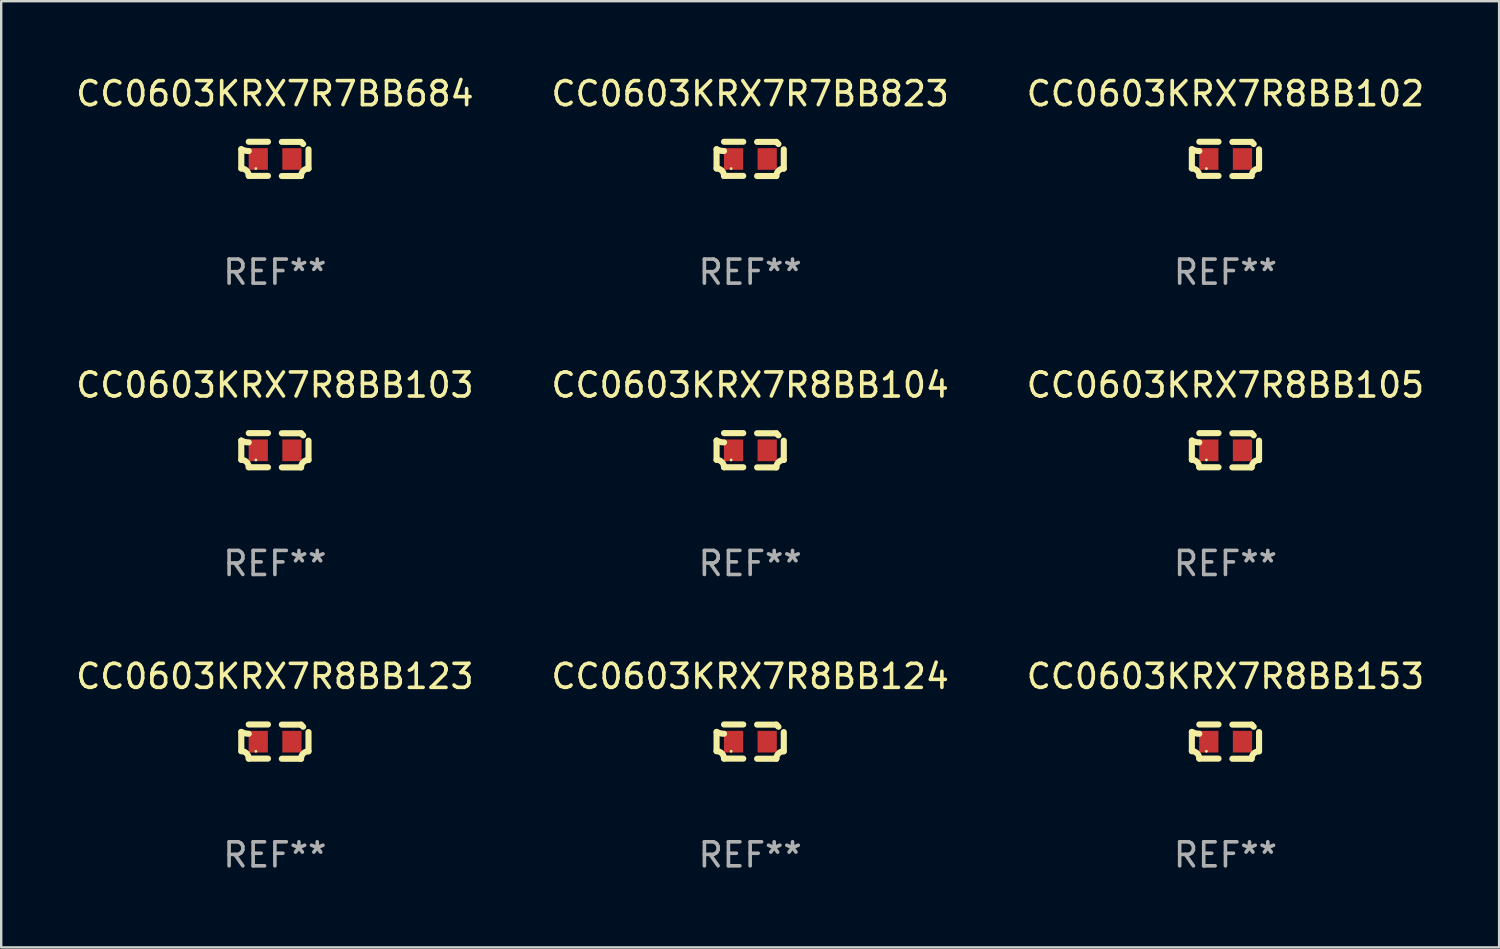
<source format=kicad_pcb>
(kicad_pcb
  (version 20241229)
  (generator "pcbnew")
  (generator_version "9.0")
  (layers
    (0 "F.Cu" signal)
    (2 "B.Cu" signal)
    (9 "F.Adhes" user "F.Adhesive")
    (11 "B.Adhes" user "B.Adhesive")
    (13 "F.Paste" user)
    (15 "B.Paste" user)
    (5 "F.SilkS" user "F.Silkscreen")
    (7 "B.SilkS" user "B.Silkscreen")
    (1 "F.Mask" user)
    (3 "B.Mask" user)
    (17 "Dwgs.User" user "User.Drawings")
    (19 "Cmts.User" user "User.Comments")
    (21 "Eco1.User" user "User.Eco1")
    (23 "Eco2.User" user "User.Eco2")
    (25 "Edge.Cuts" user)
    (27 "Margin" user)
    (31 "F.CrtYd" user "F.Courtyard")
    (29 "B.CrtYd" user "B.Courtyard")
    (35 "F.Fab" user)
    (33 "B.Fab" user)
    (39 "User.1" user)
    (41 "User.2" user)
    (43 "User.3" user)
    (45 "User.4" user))
  (footprint "CC0603KRX7R8BB105"
    (layer "F.Cu")
    (at 47.935 15.683)
    (property "Reference" "CC0603KRX7R8BB105" (at 0 -2.713 0) (layer "F.SilkS") (effects (font (size 1 1) (thickness 0.15))))
    (attr through_hole)
    (fp_line (start -1.398 -0.403) (end -1.398 0.397) (stroke (width 0.254) (type solid)) (layer "F.SilkS"))
    (fp_line (start -0.288 -0.713) (end -1.088 -0.713) (stroke (width 0.254) (type solid)) (layer "F.SilkS"))
    (fp_line (start -0.288 0.707) (end -1.088 0.707) (stroke (width 0.254) (type solid)) (layer "F.SilkS"))
    (fp_line (start 0.288 -0.707) (end 1.088 -0.707) (stroke (width 0.254) (type solid)) (layer "F.SilkS"))
    (fp_line (start 0.288 0.713) (end 1.088 0.713) (stroke (width 0.254) (type solid)) (layer "F.SilkS"))
    (fp_line (start 1.398 -0.397) (end 1.398 0.403) (stroke (width 0.254) (type solid)) (layer "F.SilkS"))
    (fp_arc (start -1.397789 0.397066) (mid -1.178701 0.487826) (end -1.08796 0.706922) (stroke (width 0.254001) (type solid)) (layer "F.SilkS"))
    (fp_arc (start -1.08796 -0.327176) (mid -1.247436 -0.346384) (end -1.39779 -0.402908) (stroke (width 0.254001) (type solid)) (layer "F.SilkS"))
    (fp_arc (start 1.087909 0.712738) (mid 1.178656 0.493655) (end 1.397739 0.402908) (stroke (width 0.254001) (type solid)) (layer "F.SilkS"))
    (fp_arc (start 1.175925 -0.618926) (mid 1.131917 -0.662923) (end 1.08791 -0.706922) (stroke (width 0.254001) (type solid)) (layer "F.SilkS"))
    (fp_circle (center -0.792 0.403) (end -0.762 0.403) (stroke (width 0.06) (type solid)) (fill no) (layer "F.SilkS"))
    (fp_text user "REF**" (at 0 4.713 0) (layer "F.Fab") (effects (font (size 1 1) (thickness 0.15))))
    (pad "1" smd rect (at -0.692 0.003) (size 0.8 0.9) (layers "F.Cu" "F.Mask" "F.Paste"))
    (pad "2" smd rect (at 0.708 0.003) (size 0.8 0.9) (layers "F.Cu" "F.Mask" "F.Paste")))
  (footprint "CC0603KRX7R8BB153"
    (layer "F.Cu")
    (at 47.935 27.805)
    (property "Reference" "CC0603KRX7R8BB153" (at 0 -2.713 0) (layer "F.SilkS") (effects (font (size 1 1) (thickness 0.15))))
    (attr through_hole)
    (fp_line (start -1.398 -0.403) (end -1.398 0.397) (stroke (width 0.254) (type solid)) (layer "F.SilkS"))
    (fp_line (start -0.288 -0.713) (end -1.088 -0.713) (stroke (width 0.254) (type solid)) (layer "F.SilkS"))
    (fp_line (start -0.288 0.707) (end -1.088 0.707) (stroke (width 0.254) (type solid)) (layer "F.SilkS"))
    (fp_line (start 0.288 -0.707) (end 1.088 -0.707) (stroke (width 0.254) (type solid)) (layer "F.SilkS"))
    (fp_line (start 0.288 0.713) (end 1.088 0.713) (stroke (width 0.254) (type solid)) (layer "F.SilkS"))
    (fp_line (start 1.398 -0.397) (end 1.398 0.403) (stroke (width 0.254) (type solid)) (layer "F.SilkS"))
    (fp_arc (start -1.397789 0.397066) (mid -1.178701 0.487826) (end -1.08796 0.706922) (stroke (width 0.254001) (type solid)) (layer "F.SilkS"))
    (fp_arc (start -1.08796 -0.327176) (mid -1.247436 -0.346384) (end -1.39779 -0.402908) (stroke (width 0.254001) (type solid)) (layer "F.SilkS"))
    (fp_arc (start 1.087909 0.712738) (mid 1.178656 0.493655) (end 1.397739 0.402908) (stroke (width 0.254001) (type solid)) (layer "F.SilkS"))
    (fp_arc (start 1.175925 -0.618926) (mid 1.131917 -0.662923) (end 1.08791 -0.706922) (stroke (width 0.254001) (type solid)) (layer "F.SilkS"))
    (fp_circle (center -0.792 0.403) (end -0.762 0.403) (stroke (width 0.06) (type solid)) (fill no) (layer "F.SilkS"))
    (fp_text user "REF**" (at 0 4.713 0) (layer "F.Fab") (effects (font (size 1 1) (thickness 0.15))))
    (pad "1" smd rect (at -0.692 0.003) (size 0.8 0.9) (layers "F.Cu" "F.Mask" "F.Paste"))
    (pad "2" smd rect (at 0.708 0.003) (size 0.8 0.9) (layers "F.Cu" "F.Mask" "F.Paste")))
  (footprint "CC0603KRX7R8BB103"
    (layer "F.Cu")
    (at 8.387 15.683)
    (property "Reference" "CC0603KRX7R8BB103" (at 0 -2.713 0) (layer "F.SilkS") (effects (font (size 1 1) (thickness 0.15))))
    (attr through_hole)
    (fp_line (start -1.398 -0.403) (end -1.398 0.397) (stroke (width 0.254) (type solid)) (layer "F.SilkS"))
    (fp_line (start -0.288 -0.713) (end -1.088 -0.713) (stroke (width 0.254) (type solid)) (layer "F.SilkS"))
    (fp_line (start -0.288 0.707) (end -1.088 0.707) (stroke (width 0.254) (type solid)) (layer "F.SilkS"))
    (fp_line (start 0.288 -0.707) (end 1.088 -0.707) (stroke (width 0.254) (type solid)) (layer "F.SilkS"))
    (fp_line (start 0.288 0.713) (end 1.088 0.713) (stroke (width 0.254) (type solid)) (layer "F.SilkS"))
    (fp_line (start 1.398 -0.397) (end 1.398 0.403) (stroke (width 0.254) (type solid)) (layer "F.SilkS"))
    (fp_arc (start -1.397789 0.397066) (mid -1.178701 0.487826) (end -1.08796 0.706922) (stroke (width 0.254001) (type solid)) (layer "F.SilkS"))
    (fp_arc (start -1.08796 -0.327176) (mid -1.247436 -0.346384) (end -1.39779 -0.402908) (stroke (width 0.254001) (type solid)) (layer "F.SilkS"))
    (fp_arc (start 1.087909 0.712738) (mid 1.178656 0.493655) (end 1.397739 0.402908) (stroke (width 0.254001) (type solid)) (layer "F.SilkS"))
    (fp_arc (start 1.175925 -0.618926) (mid 1.131917 -0.662923) (end 1.08791 -0.706922) (stroke (width 0.254001) (type solid)) (layer "F.SilkS"))
    (fp_circle (center -0.792 0.403) (end -0.762 0.403) (stroke (width 0.06) (type solid)) (fill no) (layer "F.SilkS"))
    (fp_text user "REF**" (at 0 4.713 0) (layer "F.Fab") (effects (font (size 1 1) (thickness 0.15))))
    (pad "1" smd rect (at -0.692 0.003) (size 0.8 0.9) (layers "F.Cu" "F.Mask" "F.Paste"))
    (pad "2" smd rect (at 0.708 0.003) (size 0.8 0.9) (layers "F.Cu" "F.Mask" "F.Paste")))
  (footprint "CC0603KRX7R8BB102"
    (layer "F.Cu")
    (at 47.935 3.561)
    (property "Reference" "CC0603KRX7R8BB102" (at 0 -2.713 0) (layer "F.SilkS") (effects (font (size 1 1) (thickness 0.15))))
    (attr through_hole)
    (fp_line (start -1.398 -0.403) (end -1.398 0.397) (stroke (width 0.254) (type solid)) (layer "F.SilkS"))
    (fp_line (start -0.288 -0.713) (end -1.088 -0.713) (stroke (width 0.254) (type solid)) (layer "F.SilkS"))
    (fp_line (start -0.288 0.707) (end -1.088 0.707) (stroke (width 0.254) (type solid)) (layer "F.SilkS"))
    (fp_line (start 0.288 -0.707) (end 1.088 -0.707) (stroke (width 0.254) (type solid)) (layer "F.SilkS"))
    (fp_line (start 0.288 0.713) (end 1.088 0.713) (stroke (width 0.254) (type solid)) (layer "F.SilkS"))
    (fp_line (start 1.398 -0.397) (end 1.398 0.403) (stroke (width 0.254) (type solid)) (layer "F.SilkS"))
    (fp_arc (start -1.397789 0.397066) (mid -1.178701 0.487826) (end -1.08796 0.706922) (stroke (width 0.254001) (type solid)) (layer "F.SilkS"))
    (fp_arc (start -1.08796 -0.327176) (mid -1.247436 -0.346384) (end -1.39779 -0.402908) (stroke (width 0.254001) (type solid)) (layer "F.SilkS"))
    (fp_arc (start 1.087909 0.712738) (mid 1.178656 0.493655) (end 1.397739 0.402908) (stroke (width 0.254001) (type solid)) (layer "F.SilkS"))
    (fp_arc (start 1.175925 -0.618926) (mid 1.131917 -0.662923) (end 1.08791 -0.706922) (stroke (width 0.254001) (type solid)) (layer "F.SilkS"))
    (fp_circle (center -0.792 0.403) (end -0.762 0.403) (stroke (width 0.06) (type solid)) (fill no) (layer "F.SilkS"))
    (fp_text user "REF**" (at 0 4.713 0) (layer "F.Fab") (effects (font (size 1 1) (thickness 0.15))))
    (pad "1" smd rect (at -0.692 0.003) (size 0.8 0.9) (layers "F.Cu" "F.Mask" "F.Paste"))
    (pad "2" smd rect (at 0.708 0.003) (size 0.8 0.9) (layers "F.Cu" "F.Mask" "F.Paste")))
  (footprint "CC0603KRX7R8BB123"
    (layer "F.Cu")
    (at 8.387 27.805)
    (property "Reference" "CC0603KRX7R8BB123" (at 0 -2.713 0) (layer "F.SilkS") (effects (font (size 1 1) (thickness 0.15))))
    (attr through_hole)
    (fp_line (start -1.398 -0.403) (end -1.398 0.397) (stroke (width 0.254) (type solid)) (layer "F.SilkS"))
    (fp_line (start -0.288 -0.713) (end -1.088 -0.713) (stroke (width 0.254) (type solid)) (layer "F.SilkS"))
    (fp_line (start -0.288 0.707) (end -1.088 0.707) (stroke (width 0.254) (type solid)) (layer "F.SilkS"))
    (fp_line (start 0.288 -0.707) (end 1.088 -0.707) (stroke (width 0.254) (type solid)) (layer "F.SilkS"))
    (fp_line (start 0.288 0.713) (end 1.088 0.713) (stroke (width 0.254) (type solid)) (layer "F.SilkS"))
    (fp_line (start 1.398 -0.397) (end 1.398 0.403) (stroke (width 0.254) (type solid)) (layer "F.SilkS"))
    (fp_arc (start -1.397789 0.397066) (mid -1.178701 0.487826) (end -1.08796 0.706922) (stroke (width 0.254001) (type solid)) (layer "F.SilkS"))
    (fp_arc (start -1.08796 -0.327176) (mid -1.247436 -0.346384) (end -1.39779 -0.402908) (stroke (width 0.254001) (type solid)) (layer "F.SilkS"))
    (fp_arc (start 1.087909 0.712738) (mid 1.178656 0.493655) (end 1.397739 0.402908) (stroke (width 0.254001) (type solid)) (layer "F.SilkS"))
    (fp_arc (start 1.175925 -0.618926) (mid 1.131917 -0.662923) (end 1.08791 -0.706922) (stroke (width 0.254001) (type solid)) (layer "F.SilkS"))
    (fp_circle (center -0.792 0.403) (end -0.762 0.403) (stroke (width 0.06) (type solid)) (fill no) (layer "F.SilkS"))
    (fp_text user "REF**" (at 0 4.713 0) (layer "F.Fab") (effects (font (size 1 1) (thickness 0.15))))
    (pad "1" smd rect (at -0.692 0.003) (size 0.8 0.9) (layers "F.Cu" "F.Mask" "F.Paste"))
    (pad "2" smd rect (at 0.708 0.003) (size 0.8 0.9) (layers "F.Cu" "F.Mask" "F.Paste")))
  (footprint "CC0603KRX7R7BB684"
    (layer "F.Cu")
    (at 8.387 3.561)
    (property "Reference" "CC0603KRX7R7BB684" (at 0 -2.713 0) (layer "F.SilkS") (effects (font (size 1 1) (thickness 0.15))))
    (attr through_hole)
    (fp_line (start -1.398 -0.403) (end -1.398 0.397) (stroke (width 0.254) (type solid)) (layer "F.SilkS"))
    (fp_line (start -0.288 -0.713) (end -1.088 -0.713) (stroke (width 0.254) (type solid)) (layer "F.SilkS"))
    (fp_line (start -0.288 0.707) (end -1.088 0.707) (stroke (width 0.254) (type solid)) (layer "F.SilkS"))
    (fp_line (start 0.288 -0.707) (end 1.088 -0.707) (stroke (width 0.254) (type solid)) (layer "F.SilkS"))
    (fp_line (start 0.288 0.713) (end 1.088 0.713) (stroke (width 0.254) (type solid)) (layer "F.SilkS"))
    (fp_line (start 1.398 -0.397) (end 1.398 0.403) (stroke (width 0.254) (type solid)) (layer "F.SilkS"))
    (fp_arc (start -1.397789 0.397066) (mid -1.178701 0.487826) (end -1.08796 0.706922) (stroke (width 0.254001) (type solid)) (layer "F.SilkS"))
    (fp_arc (start -1.08796 -0.327176) (mid -1.247436 -0.346384) (end -1.39779 -0.402908) (stroke (width 0.254001) (type solid)) (layer "F.SilkS"))
    (fp_arc (start 1.087909 0.712738) (mid 1.178656 0.493655) (end 1.397739 0.402908) (stroke (width 0.254001) (type solid)) (layer "F.SilkS"))
    (fp_arc (start 1.175925 -0.618926) (mid 1.131917 -0.662923) (end 1.08791 -0.706922) (stroke (width 0.254001) (type solid)) (layer "F.SilkS"))
    (fp_circle (center -0.792 0.403) (end -0.762 0.403) (stroke (width 0.06) (type solid)) (fill no) (layer "F.SilkS"))
    (fp_text user "REF**" (at 0 4.713 0) (layer "F.Fab") (effects (font (size 1 1) (thickness 0.15))))
    (pad "1" smd rect (at -0.692 0.003) (size 0.8 0.9) (layers "F.Cu" "F.Mask" "F.Paste"))
    (pad "2" smd rect (at 0.708 0.003) (size 0.8 0.9) (layers "F.Cu" "F.Mask" "F.Paste")))
  (footprint "CC0603KRX7R8BB104"
    (layer "F.Cu")
    (at 28.161 15.683)
    (property "Reference" "CC0603KRX7R8BB104" (at 0 -2.713 0) (layer "F.SilkS") (effects (font (size 1 1) (thickness 0.15))))
    (attr through_hole)
    (fp_line (start -1.398 -0.403) (end -1.398 0.397) (stroke (width 0.254) (type solid)) (layer "F.SilkS"))
    (fp_line (start -0.288 -0.713) (end -1.088 -0.713) (stroke (width 0.254) (type solid)) (layer "F.SilkS"))
    (fp_line (start -0.288 0.707) (end -1.088 0.707) (stroke (width 0.254) (type solid)) (layer "F.SilkS"))
    (fp_line (start 0.288 -0.707) (end 1.088 -0.707) (stroke (width 0.254) (type solid)) (layer "F.SilkS"))
    (fp_line (start 0.288 0.713) (end 1.088 0.713) (stroke (width 0.254) (type solid)) (layer "F.SilkS"))
    (fp_line (start 1.398 -0.397) (end 1.398 0.403) (stroke (width 0.254) (type solid)) (layer "F.SilkS"))
    (fp_arc (start -1.397789 0.397066) (mid -1.178701 0.487826) (end -1.08796 0.706922) (stroke (width 0.254001) (type solid)) (layer "F.SilkS"))
    (fp_arc (start -1.08796 -0.327176) (mid -1.247436 -0.346384) (end -1.39779 -0.402908) (stroke (width 0.254001) (type solid)) (layer "F.SilkS"))
    (fp_arc (start 1.087909 0.712738) (mid 1.178656 0.493655) (end 1.397739 0.402908) (stroke (width 0.254001) (type solid)) (layer "F.SilkS"))
    (fp_arc (start 1.175925 -0.618926) (mid 1.131917 -0.662923) (end 1.08791 -0.706922) (stroke (width 0.254001) (type solid)) (layer "F.SilkS"))
    (fp_circle (center -0.792 0.403) (end -0.762 0.403) (stroke (width 0.06) (type solid)) (fill no) (layer "F.SilkS"))
    (fp_text user "REF**" (at 0 4.713 0) (layer "F.Fab") (effects (font (size 1 1) (thickness 0.15))))
    (pad "1" smd rect (at -0.692 0.003) (size 0.8 0.9) (layers "F.Cu" "F.Mask" "F.Paste"))
    (pad "2" smd rect (at 0.708 0.003) (size 0.8 0.9) (layers "F.Cu" "F.Mask" "F.Paste")))
  (footprint "CC0603KRX7R8BB124"
    (layer "F.Cu")
    (at 28.161 27.805)
    (property "Reference" "CC0603KRX7R8BB124" (at 0 -2.713 0) (layer "F.SilkS") (effects (font (size 1 1) (thickness 0.15))))
    (attr through_hole)
    (fp_line (start -1.398 -0.403) (end -1.398 0.397) (stroke (width 0.254) (type solid)) (layer "F.SilkS"))
    (fp_line (start -0.288 -0.713) (end -1.088 -0.713) (stroke (width 0.254) (type solid)) (layer "F.SilkS"))
    (fp_line (start -0.288 0.707) (end -1.088 0.707) (stroke (width 0.254) (type solid)) (layer "F.SilkS"))
    (fp_line (start 0.288 -0.707) (end 1.088 -0.707) (stroke (width 0.254) (type solid)) (layer "F.SilkS"))
    (fp_line (start 0.288 0.713) (end 1.088 0.713) (stroke (width 0.254) (type solid)) (layer "F.SilkS"))
    (fp_line (start 1.398 -0.397) (end 1.398 0.403) (stroke (width 0.254) (type solid)) (layer "F.SilkS"))
    (fp_arc (start -1.397789 0.397066) (mid -1.178701 0.487826) (end -1.08796 0.706922) (stroke (width 0.254001) (type solid)) (layer "F.SilkS"))
    (fp_arc (start -1.08796 -0.327176) (mid -1.247436 -0.346384) (end -1.39779 -0.402908) (stroke (width 0.254001) (type solid)) (layer "F.SilkS"))
    (fp_arc (start 1.087909 0.712738) (mid 1.178656 0.493655) (end 1.397739 0.402908) (stroke (width 0.254001) (type solid)) (layer "F.SilkS"))
    (fp_arc (start 1.175925 -0.618926) (mid 1.131917 -0.662923) (end 1.08791 -0.706922) (stroke (width 0.254001) (type solid)) (layer "F.SilkS"))
    (fp_circle (center -0.792 0.403) (end -0.762 0.403) (stroke (width 0.06) (type solid)) (fill no) (layer "F.SilkS"))
    (fp_text user "REF**" (at 0 4.713 0) (layer "F.Fab") (effects (font (size 1 1) (thickness 0.15))))
    (pad "1" smd rect (at -0.692 0.003) (size 0.8 0.9) (layers "F.Cu" "F.Mask" "F.Paste"))
    (pad "2" smd rect (at 0.708 0.003) (size 0.8 0.9) (layers "F.Cu" "F.Mask" "F.Paste")))
  (footprint "CC0603KRX7R7BB823"
    (layer "F.Cu")
    (at 28.161 3.561)
    (property "Reference" "CC0603KRX7R7BB823" (at 0 -2.713 0) (layer "F.SilkS") (effects (font (size 1 1) (thickness 0.15))))
    (attr through_hole)
    (fp_line (start -1.398 -0.403) (end -1.398 0.397) (stroke (width 0.254) (type solid)) (layer "F.SilkS"))
    (fp_line (start -0.288 -0.713) (end -1.088 -0.713) (stroke (width 0.254) (type solid)) (layer "F.SilkS"))
    (fp_line (start -0.288 0.707) (end -1.088 0.707) (stroke (width 0.254) (type solid)) (layer "F.SilkS"))
    (fp_line (start 0.288 -0.707) (end 1.088 -0.707) (stroke (width 0.254) (type solid)) (layer "F.SilkS"))
    (fp_line (start 0.288 0.713) (end 1.088 0.713) (stroke (width 0.254) (type solid)) (layer "F.SilkS"))
    (fp_line (start 1.398 -0.397) (end 1.398 0.403) (stroke (width 0.254) (type solid)) (layer "F.SilkS"))
    (fp_arc (start -1.397789 0.397066) (mid -1.178701 0.487826) (end -1.08796 0.706922) (stroke (width 0.254001) (type solid)) (layer "F.SilkS"))
    (fp_arc (start -1.08796 -0.327176) (mid -1.247436 -0.346384) (end -1.39779 -0.402908) (stroke (width 0.254001) (type solid)) (layer "F.SilkS"))
    (fp_arc (start 1.087909 0.712738) (mid 1.178656 0.493655) (end 1.397739 0.402908) (stroke (width 0.254001) (type solid)) (layer "F.SilkS"))
    (fp_arc (start 1.175925 -0.618926) (mid 1.131917 -0.662923) (end 1.08791 -0.706922) (stroke (width 0.254001) (type solid)) (layer "F.SilkS"))
    (fp_circle (center -0.792 0.403) (end -0.762 0.403) (stroke (width 0.06) (type solid)) (fill no) (layer "F.SilkS"))
    (fp_text user "REF**" (at 0 4.713 0) (layer "F.Fab") (effects (font (size 1 1) (thickness 0.15))))
    (pad "1" smd rect (at -0.692 0.003) (size 0.8 0.9) (layers "F.Cu" "F.Mask" "F.Paste"))
    (pad "2" smd rect (at 0.708 0.003) (size 0.8 0.9) (layers "F.Cu" "F.Mask" "F.Paste")))
  (gr_rect
    (start -3 -3)
    (end 59.321 36.366)
    (stroke (width 0.1) (type default))
    (fill no)
    (layer "Edge.Cuts")))
</source>
